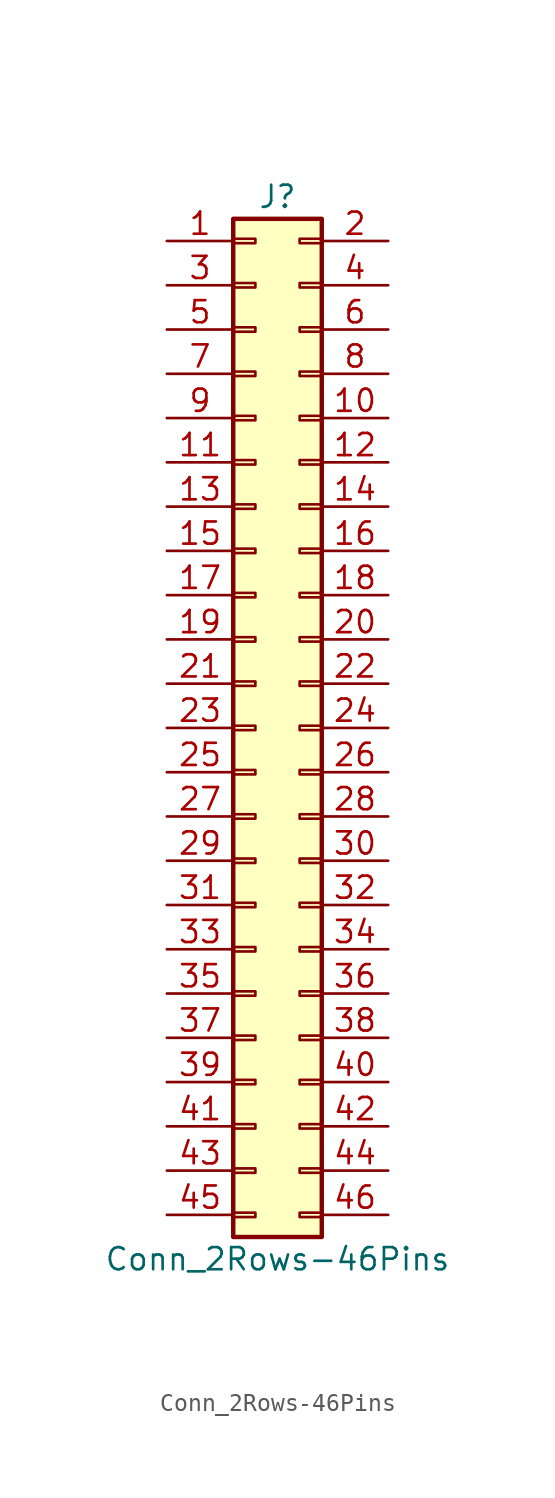
<source format=kicad_sym>
(kicad_symbol_lib
  (version 20211014)
  (generator kicad_symbol_editor)
  (symbol "Conn_2Rows-46Pins"
    (pin_names
      (offset 1.016) hide)
    (property "Reference" "J"
      (at 1.27 30.48 0)
      (effects (font (size 1.27 1.27))))
    (property "Value" "Conn_2Rows-46Pins"
      (at 1.27 -30.48 0)
      (effects (font (size 1.27 1.27))))
    (symbol "Conn_2Rows-46Pins_1_1"
      (rectangle (start -1.27 -27.813) (end 0 -28.067) (stroke (width 0.152) (type default) (color 0 0 0 0)) (fill (type none)))
      (rectangle (start -1.27 -25.273) (end 0 -25.527) (stroke (width 0.152) (type default) (color 0 0 0 0)) (fill (type none)))
      (rectangle (start -1.27 -22.733) (end 0 -22.987) (stroke (width 0.152) (type default) (color 0 0 0 0)) (fill (type none)))
      (rectangle (start -1.27 -20.193) (end 0 -20.447) (stroke (width 0.152) (type default) (color 0 0 0 0)) (fill (type none)))
      (rectangle (start -1.27 -17.653) (end 0 -17.907) (stroke (width 0.152) (type default) (color 0 0 0 0)) (fill (type none)))
      (rectangle (start -1.27 -15.113) (end 0 -15.367) (stroke (width 0.152) (type default) (color 0 0 0 0)) (fill (type none)))
      (rectangle (start -1.27 -12.573) (end 0 -12.827) (stroke (width 0.152) (type default) (color 0 0 0 0)) (fill (type none)))
      (rectangle (start -1.27 -10.033) (end 0 -10.287) (stroke (width 0.152) (type default) (color 0 0 0 0)) (fill (type none)))
      (rectangle (start -1.27 -7.493) (end 0 -7.747) (stroke (width 0.152) (type default) (color 0 0 0 0)) (fill (type none)))
      (rectangle (start -1.27 -4.953) (end 0 -5.207) (stroke (width 0.152) (type default) (color 0 0 0 0)) (fill (type none)))
      (rectangle (start -1.27 -2.413) (end 0 -2.667) (stroke (width 0.152) (type default) (color 0 0 0 0)) (fill (type none)))
      (rectangle (start -1.27 0.127) (end 0 -0.127) (stroke (width 0.152) (type default) (color 0 0 0 0)) (fill (type none)))
      (rectangle (start -1.27 2.667) (end 0 2.413) (stroke (width 0.152) (type default) (color 0 0 0 0)) (fill (type none)))
      (rectangle (start -1.27 5.207) (end 0 4.953) (stroke (width 0.152) (type default) (color 0 0 0 0)) (fill (type none)))
      (rectangle (start -1.27 7.747) (end 0 7.493) (stroke (width 0.152) (type default) (color 0 0 0 0)) (fill (type none)))
      (rectangle (start -1.27 10.287) (end 0 10.033) (stroke (width 0.152) (type default) (color 0 0 0 0)) (fill (type none)))
      (rectangle (start -1.27 12.827) (end 0 12.573) (stroke (width 0.152) (type default) (color 0 0 0 0)) (fill (type none)))
      (rectangle (start -1.27 15.367) (end 0 15.113) (stroke (width 0.152) (type default) (color 0 0 0 0)) (fill (type none)))
      (rectangle (start -1.27 17.907) (end 0 17.653) (stroke (width 0.152) (type default) (color 0 0 0 0)) (fill (type none)))
      (rectangle (start -1.27 20.447) (end 0 20.193) (stroke (width 0.152) (type default) (color 0 0 0 0)) (fill (type none)))
      (rectangle (start -1.27 22.987) (end 0 22.733) (stroke (width 0.152) (type default) (color 0 0 0 0)) (fill (type none)))
      (rectangle (start -1.27 25.527) (end 0 25.273) (stroke (width 0.152) (type default) (color 0 0 0 0)) (fill (type none)))
      (rectangle (start -1.27 28.067) (end 0 27.813) (stroke (width 0.152) (type default) (color 0 0 0 0)) (fill (type none)))
      (rectangle (start -1.27 29.21) (end 3.81 -29.21) (stroke (width 0.254) (type default) (color 0 0 0 0)) (fill (type background)))
      (rectangle (start 3.81 -27.813) (end 2.54 -28.067) (stroke (width 0.152) (type default) (color 0 0 0 0)) (fill (type none)))
      (rectangle (start 3.81 -25.273) (end 2.54 -25.527) (stroke (width 0.152) (type default) (color 0 0 0 0)) (fill (type none)))
      (rectangle (start 3.81 -22.733) (end 2.54 -22.987) (stroke (width 0.152) (type default) (color 0 0 0 0)) (fill (type none)))
      (rectangle (start 3.81 -20.193) (end 2.54 -20.447) (stroke (width 0.152) (type default) (color 0 0 0 0)) (fill (type none)))
      (rectangle (start 3.81 -17.653) (end 2.54 -17.907) (stroke (width 0.152) (type default) (color 0 0 0 0)) (fill (type none)))
      (rectangle (start 3.81 -15.113) (end 2.54 -15.367) (stroke (width 0.152) (type default) (color 0 0 0 0)) (fill (type none)))
      (rectangle (start 3.81 -12.573) (end 2.54 -12.827) (stroke (width 0.152) (type default) (color 0 0 0 0)) (fill (type none)))
      (rectangle (start 3.81 -10.033) (end 2.54 -10.287) (stroke (width 0.152) (type default) (color 0 0 0 0)) (fill (type none)))
      (rectangle (start 3.81 -7.493) (end 2.54 -7.747) (stroke (width 0.152) (type default) (color 0 0 0 0)) (fill (type none)))
      (rectangle (start 3.81 -4.953) (end 2.54 -5.207) (stroke (width 0.152) (type default) (color 0 0 0 0)) (fill (type none)))
      (rectangle (start 3.81 -2.413) (end 2.54 -2.667) (stroke (width 0.152) (type default) (color 0 0 0 0)) (fill (type none)))
      (rectangle (start 3.81 0.127) (end 2.54 -0.127) (stroke (width 0.152) (type default) (color 0 0 0 0)) (fill (type none)))
      (rectangle (start 3.81 2.667) (end 2.54 2.413) (stroke (width 0.152) (type default) (color 0 0 0 0)) (fill (type none)))
      (rectangle (start 3.81 5.207) (end 2.54 4.953) (stroke (width 0.152) (type default) (color 0 0 0 0)) (fill (type none)))
      (rectangle (start 3.81 7.747) (end 2.54 7.493) (stroke (width 0.152) (type default) (color 0 0 0 0)) (fill (type none)))
      (rectangle (start 3.81 10.287) (end 2.54 10.033) (stroke (width 0.152) (type default) (color 0 0 0 0)) (fill (type none)))
      (rectangle (start 3.81 12.827) (end 2.54 12.573) (stroke (width 0.152) (type default) (color 0 0 0 0)) (fill (type none)))
      (rectangle (start 3.81 15.367) (end 2.54 15.113) (stroke (width 0.152) (type default) (color 0 0 0 0)) (fill (type none)))
      (rectangle (start 3.81 17.907) (end 2.54 17.653) (stroke (width 0.152) (type default) (color 0 0 0 0)) (fill (type none)))
      (rectangle (start 3.81 20.447) (end 2.54 20.193) (stroke (width 0.152) (type default) (color 0 0 0 0)) (fill (type none)))
      (rectangle (start 3.81 22.987) (end 2.54 22.733) (stroke (width 0.152) (type default) (color 0 0 0 0)) (fill (type none)))
      (rectangle (start 3.81 25.527) (end 2.54 25.273) (stroke (width 0.152) (type default) (color 0 0 0 0)) (fill (type none)))
      (rectangle (start 3.81 28.067) (end 2.54 27.813) (stroke (width 0.152) (type default) (color 0 0 0 0)) (fill (type none)))
      (pin passive line (at -5.08 27.94 0) (length 3.81) (name "Pin_1" (effects (font (size 1.27 1.27)))) (number "1" (effects (font (size 1.27 1.27)))))
      (pin passive line (at 7.62 17.78 180) (length 3.81) (name "Pin_10" (effects (font (size 1.27 1.27)))) (number "10" (effects (font (size 1.27 1.27)))))
      (pin passive line (at -5.08 15.24 0) (length 3.81) (name "Pin_11" (effects (font (size 1.27 1.27)))) (number "11" (effects (font (size 1.27 1.27)))))
      (pin passive line (at 7.62 15.24 180) (length 3.81) (name "Pin_12" (effects (font (size 1.27 1.27)))) (number "12" (effects (font (size 1.27 1.27)))))
      (pin passive line (at -5.08 12.7 0) (length 3.81) (name "Pin_13" (effects (font (size 1.27 1.27)))) (number "13" (effects (font (size 1.27 1.27)))))
      (pin passive line (at 7.62 12.7 180) (length 3.81) (name "Pin_14" (effects (font (size 1.27 1.27)))) (number "14" (effects (font (size 1.27 1.27)))))
      (pin passive line (at -5.08 10.16 0) (length 3.81) (name "Pin_15" (effects (font (size 1.27 1.27)))) (number "15" (effects (font (size 1.27 1.27)))))
      (pin passive line (at 7.62 10.16 180) (length 3.81) (name "Pin_16" (effects (font (size 1.27 1.27)))) (number "16" (effects (font (size 1.27 1.27)))))
      (pin passive line (at -5.08 7.62 0) (length 3.81) (name "Pin_17" (effects (font (size 1.27 1.27)))) (number "17" (effects (font (size 1.27 1.27)))))
      (pin passive line (at 7.62 7.62 180) (length 3.81) (name "Pin_18" (effects (font (size 1.27 1.27)))) (number "18" (effects (font (size 1.27 1.27)))))
      (pin passive line (at -5.08 5.08 0) (length 3.81) (name "Pin_19" (effects (font (size 1.27 1.27)))) (number "19" (effects (font (size 1.27 1.27)))))
      (pin passive line (at 7.62 27.94 180) (length 3.81) (name "Pin_2" (effects (font (size 1.27 1.27)))) (number "2" (effects (font (size 1.27 1.27)))))
      (pin passive line (at 7.62 5.08 180) (length 3.81) (name "Pin_20" (effects (font (size 1.27 1.27)))) (number "20" (effects (font (size 1.27 1.27)))))
      (pin passive line (at -5.08 2.54 0) (length 3.81) (name "Pin_21" (effects (font (size 1.27 1.27)))) (number "21" (effects (font (size 1.27 1.27)))))
      (pin passive line (at 7.62 2.54 180) (length 3.81) (name "Pin_22" (effects (font (size 1.27 1.27)))) (number "22" (effects (font (size 1.27 1.27)))))
      (pin passive line (at -5.08 0 0) (length 3.81) (name "Pin_23" (effects (font (size 1.27 1.27)))) (number "23" (effects (font (size 1.27 1.27)))))
      (pin passive line (at 7.62 0 180) (length 3.81) (name "Pin_24" (effects (font (size 1.27 1.27)))) (number "24" (effects (font (size 1.27 1.27)))))
      (pin passive line (at -5.08 -2.54 0) (length 3.81) (name "Pin_25" (effects (font (size 1.27 1.27)))) (number "25" (effects (font (size 1.27 1.27)))))
      (pin passive line (at 7.62 -2.54 180) (length 3.81) (name "Pin_26" (effects (font (size 1.27 1.27)))) (number "26" (effects (font (size 1.27 1.27)))))
      (pin passive line (at -5.08 -5.08 0) (length 3.81) (name "Pin_27" (effects (font (size 1.27 1.27)))) (number "27" (effects (font (size 1.27 1.27)))))
      (pin passive line (at 7.62 -5.08 180) (length 3.81) (name "Pin_28" (effects (font (size 1.27 1.27)))) (number "28" (effects (font (size 1.27 1.27)))))
      (pin passive line (at -5.08 -7.62 0) (length 3.81) (name "Pin_29" (effects (font (size 1.27 1.27)))) (number "29" (effects (font (size 1.27 1.27)))))
      (pin passive line (at -5.08 25.4 0) (length 3.81) (name "Pin_3" (effects (font (size 1.27 1.27)))) (number "3" (effects (font (size 1.27 1.27)))))
      (pin passive line (at 7.62 -7.62 180) (length 3.81) (name "Pin_30" (effects (font (size 1.27 1.27)))) (number "30" (effects (font (size 1.27 1.27)))))
      (pin passive line (at -5.08 -10.16 0) (length 3.81) (name "Pin_31" (effects (font (size 1.27 1.27)))) (number "31" (effects (font (size 1.27 1.27)))))
      (pin passive line (at 7.62 -10.16 180) (length 3.81) (name "Pin_32" (effects (font (size 1.27 1.27)))) (number "32" (effects (font (size 1.27 1.27)))))
      (pin passive line (at -5.08 -12.7 0) (length 3.81) (name "Pin_33" (effects (font (size 1.27 1.27)))) (number "33" (effects (font (size 1.27 1.27)))))
      (pin passive line (at 7.62 -12.7 180) (length 3.81) (name "Pin_34" (effects (font (size 1.27 1.27)))) (number "34" (effects (font (size 1.27 1.27)))))
      (pin passive line (at -5.08 -15.24 0) (length 3.81) (name "Pin_35" (effects (font (size 1.27 1.27)))) (number "35" (effects (font (size 1.27 1.27)))))
      (pin passive line (at 7.62 -15.24 180) (length 3.81) (name "Pin_36" (effects (font (size 1.27 1.27)))) (number "36" (effects (font (size 1.27 1.27)))))
      (pin passive line (at -5.08 -17.78 0) (length 3.81) (name "Pin_37" (effects (font (size 1.27 1.27)))) (number "37" (effects (font (size 1.27 1.27)))))
      (pin passive line (at 7.62 -17.78 180) (length 3.81) (name "Pin_38" (effects (font (size 1.27 1.27)))) (number "38" (effects (font (size 1.27 1.27)))))
      (pin passive line (at -5.08 -20.32 0) (length 3.81) (name "Pin_39" (effects (font (size 1.27 1.27)))) (number "39" (effects (font (size 1.27 1.27)))))
      (pin passive line (at 7.62 25.4 180) (length 3.81) (name "Pin_4" (effects (font (size 1.27 1.27)))) (number "4" (effects (font (size 1.27 1.27)))))
      (pin passive line (at 7.62 -20.32 180) (length 3.81) (name "Pin_40" (effects (font (size 1.27 1.27)))) (number "40" (effects (font (size 1.27 1.27)))))
      (pin passive line (at -5.08 -22.86 0) (length 3.81) (name "Pin_41" (effects (font (size 1.27 1.27)))) (number "41" (effects (font (size 1.27 1.27)))))
      (pin passive line (at 7.62 -22.86 180) (length 3.81) (name "Pin_42" (effects (font (size 1.27 1.27)))) (number "42" (effects (font (size 1.27 1.27)))))
      (pin passive line (at -5.08 -25.4 0) (length 3.81) (name "Pin_43" (effects (font (size 1.27 1.27)))) (number "43" (effects (font (size 1.27 1.27)))))
      (pin passive line (at 7.62 -25.4 180) (length 3.81) (name "Pin_44" (effects (font (size 1.27 1.27)))) (number "44" (effects (font (size 1.27 1.27)))))
      (pin passive line (at -5.08 -27.94 0) (length 3.81) (name "Pin_45" (effects (font (size 1.27 1.27)))) (number "45" (effects (font (size 1.27 1.27)))))
      (pin passive line (at 7.62 -27.94 180) (length 3.81) (name "Pin_46" (effects (font (size 1.27 1.27)))) (number "46" (effects (font (size 1.27 1.27)))))
      (pin passive line (at -5.08 22.86 0) (length 3.81) (name "Pin_5" (effects (font (size 1.27 1.27)))) (number "5" (effects (font (size 1.27 1.27)))))
      (pin passive line (at 7.62 22.86 180) (length 3.81) (name "Pin_6" (effects (font (size 1.27 1.27)))) (number "6" (effects (font (size 1.27 1.27)))))
      (pin passive line (at -5.08 20.32 0) (length 3.81) (name "Pin_7" (effects (font (size 1.27 1.27)))) (number "7" (effects (font (size 1.27 1.27)))))
      (pin passive line (at 7.62 20.32 180) (length 3.81) (name "Pin_8" (effects (font (size 1.27 1.27)))) (number "8" (effects (font (size 1.27 1.27)))))
      (pin passive line (at -5.08 17.78 0) (length 3.81) (name "Pin_9" (effects (font (size 1.27 1.27)))) (number "9" (effects (font (size 1.27 1.27))))))))
</source>
